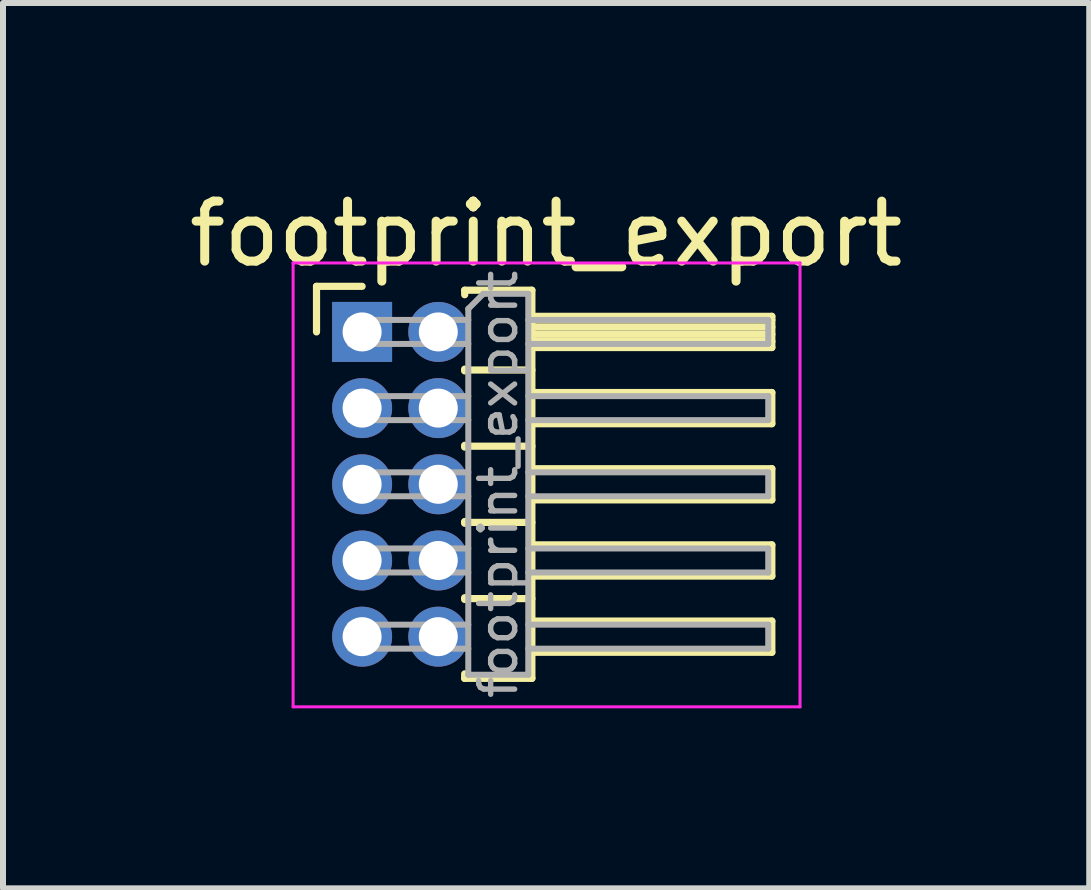
<source format=kicad_pcb>
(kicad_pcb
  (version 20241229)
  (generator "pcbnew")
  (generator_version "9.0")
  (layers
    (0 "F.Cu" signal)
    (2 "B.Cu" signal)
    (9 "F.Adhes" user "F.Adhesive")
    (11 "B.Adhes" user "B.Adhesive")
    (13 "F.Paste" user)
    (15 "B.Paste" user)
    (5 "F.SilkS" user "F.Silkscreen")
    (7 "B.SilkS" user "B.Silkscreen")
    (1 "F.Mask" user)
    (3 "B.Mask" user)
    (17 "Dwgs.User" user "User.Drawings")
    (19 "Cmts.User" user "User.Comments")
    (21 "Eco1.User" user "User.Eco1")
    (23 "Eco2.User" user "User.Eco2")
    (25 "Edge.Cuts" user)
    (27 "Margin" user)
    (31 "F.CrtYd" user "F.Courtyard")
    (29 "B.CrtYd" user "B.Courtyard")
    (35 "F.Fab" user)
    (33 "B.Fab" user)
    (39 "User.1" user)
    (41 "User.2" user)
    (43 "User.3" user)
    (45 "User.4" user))
  (footprint "footprint_export"
    (layer "F.Cu")
    (at 2.986 2.483)
    (property "Reference" "footprint_export" (at 3.067 -1.635 0) (layer "F.SilkS") (effects (font (size 1 1) (thickness 0.15))))
    (attr through_hole)
    (fp_line (start -0.76 -0.76) (end 0 -0.76) (stroke (width 0.12) (type solid)) (layer "F.SilkS"))
    (fp_line (start -0.76 0) (end -0.76 -0.76) (stroke (width 0.12) (type solid)) (layer "F.SilkS"))
    (fp_line (start 1.71 -0.695) (end 2.83 -0.695) (stroke (width 0.12) (type solid)) (layer "F.SilkS"))
    (fp_line (start 1.71 -0.62) (end 1.71 -0.695) (stroke (width 0.12) (type solid)) (layer "F.SilkS"))
    (fp_line (start 1.71 0.62) (end 1.71 0.65) (stroke (width 0.12) (type solid)) (layer "F.SilkS"))
    (fp_line (start 1.71 0.635) (end 2.83 0.635) (stroke (width 0.12) (type solid)) (layer "F.SilkS"))
    (fp_line (start 1.71 1.89) (end 1.71 1.92) (stroke (width 0.12) (type solid)) (layer "F.SilkS"))
    (fp_line (start 1.71 1.905) (end 2.83 1.905) (stroke (width 0.12) (type solid)) (layer "F.SilkS"))
    (fp_line (start 1.71 3.16) (end 1.71 3.19) (stroke (width 0.12) (type solid)) (layer "F.SilkS"))
    (fp_line (start 1.71 3.175) (end 2.83 3.175) (stroke (width 0.12) (type solid)) (layer "F.SilkS"))
    (fp_line (start 1.71 4.43) (end 1.71 4.46) (stroke (width 0.12) (type solid)) (layer "F.SilkS"))
    (fp_line (start 1.71 4.445) (end 2.83 4.445) (stroke (width 0.12) (type solid)) (layer "F.SilkS"))
    (fp_line (start 1.71 5.775) (end 1.71 5.7) (stroke (width 0.12) (type solid)) (layer "F.SilkS"))
    (fp_line (start 2.83 -0.695) (end 2.83 5.775) (stroke (width 0.12) (type solid)) (layer "F.SilkS"))
    (fp_line (start 2.83 -0.26) (end 6.83 -0.26) (stroke (width 0.12) (type solid)) (layer "F.SilkS"))
    (fp_line (start 2.83 -0.2) (end 6.83 -0.2) (stroke (width 0.12) (type solid)) (layer "F.SilkS"))
    (fp_line (start 2.83 -0.08) (end 6.83 -0.08) (stroke (width 0.12) (type solid)) (layer "F.SilkS"))
    (fp_line (start 2.83 0.04) (end 6.83 0.04) (stroke (width 0.12) (type solid)) (layer "F.SilkS"))
    (fp_line (start 2.83 0.16) (end 6.83 0.16) (stroke (width 0.12) (type solid)) (layer "F.SilkS"))
    (fp_line (start 2.83 1.01) (end 6.83 1.01) (stroke (width 0.12) (type solid)) (layer "F.SilkS"))
    (fp_line (start 2.83 2.28) (end 6.83 2.28) (stroke (width 0.12) (type solid)) (layer "F.SilkS"))
    (fp_line (start 2.83 3.55) (end 6.83 3.55) (stroke (width 0.12) (type solid)) (layer "F.SilkS"))
    (fp_line (start 2.83 4.82) (end 6.83 4.82) (stroke (width 0.12) (type solid)) (layer "F.SilkS"))
    (fp_line (start 2.83 5.775) (end 1.71 5.775) (stroke (width 0.12) (type solid)) (layer "F.SilkS"))
    (fp_line (start 6.83 -0.26) (end 6.83 0.26) (stroke (width 0.12) (type solid)) (layer "F.SilkS"))
    (fp_line (start 6.83 0.26) (end 2.83 0.26) (stroke (width 0.12) (type solid)) (layer "F.SilkS"))
    (fp_line (start 6.83 1.01) (end 6.83 1.53) (stroke (width 0.12) (type solid)) (layer "F.SilkS"))
    (fp_line (start 6.83 1.53) (end 2.83 1.53) (stroke (width 0.12) (type solid)) (layer "F.SilkS"))
    (fp_line (start 6.83 2.28) (end 6.83 2.8) (stroke (width 0.12) (type solid)) (layer "F.SilkS"))
    (fp_line (start 6.83 2.8) (end 2.83 2.8) (stroke (width 0.12) (type solid)) (layer "F.SilkS"))
    (fp_line (start 6.83 3.55) (end 6.83 4.07) (stroke (width 0.12) (type solid)) (layer "F.SilkS"))
    (fp_line (start 6.83 4.07) (end 2.83 4.07) (stroke (width 0.12) (type solid)) (layer "F.SilkS"))
    (fp_line (start 6.83 4.82) (end 6.83 5.34) (stroke (width 0.12) (type solid)) (layer "F.SilkS"))
    (fp_line (start 6.83 5.34) (end 2.83 5.34) (stroke (width 0.12) (type solid)) (layer "F.SilkS"))
    (fp_line (start -1.15 -1.15) (end -1.15 6.25) (stroke (width 0.05) (type solid)) (layer "F.CrtYd"))
    (fp_line (start -1.15 6.25) (end 7.3 6.25) (stroke (width 0.05) (type solid)) (layer "F.CrtYd"))
    (fp_line (start 7.3 -1.15) (end -1.15 -1.15) (stroke (width 0.05) (type solid)) (layer "F.CrtYd"))
    (fp_line (start 7.3 6.25) (end 7.3 -1.15) (stroke (width 0.05) (type solid)) (layer "F.CrtYd"))
    (fp_line (start -0.2 -0.2) (end -0.2 0.2) (stroke (width 0.1) (type solid)) (layer "F.Fab"))
    (fp_line (start -0.2 -0.2) (end 1.77 -0.2) (stroke (width 0.1) (type solid)) (layer "F.Fab"))
    (fp_line (start -0.2 0.2) (end 1.77 0.2) (stroke (width 0.1) (type solid)) (layer "F.Fab"))
    (fp_line (start -0.2 1.07) (end -0.2 1.47) (stroke (width 0.1) (type solid)) (layer "F.Fab"))
    (fp_line (start -0.2 1.07) (end 1.77 1.07) (stroke (width 0.1) (type solid)) (layer "F.Fab"))
    (fp_line (start -0.2 1.47) (end 1.77 1.47) (stroke (width 0.1) (type solid)) (layer "F.Fab"))
    (fp_line (start -0.2 2.34) (end -0.2 2.74) (stroke (width 0.1) (type solid)) (layer "F.Fab"))
    (fp_line (start -0.2 2.34) (end 1.77 2.34) (stroke (width 0.1) (type solid)) (layer "F.Fab"))
    (fp_line (start -0.2 2.74) (end 1.77 2.74) (stroke (width 0.1) (type solid)) (layer "F.Fab"))
    (fp_line (start -0.2 3.61) (end -0.2 4.01) (stroke (width 0.1) (type solid)) (layer "F.Fab"))
    (fp_line (start -0.2 3.61) (end 1.77 3.61) (stroke (width 0.1) (type solid)) (layer "F.Fab"))
    (fp_line (start -0.2 4.01) (end 1.77 4.01) (stroke (width 0.1) (type solid)) (layer "F.Fab"))
    (fp_line (start -0.2 4.88) (end -0.2 5.28) (stroke (width 0.1) (type solid)) (layer "F.Fab"))
    (fp_line (start -0.2 4.88) (end 1.77 4.88) (stroke (width 0.1) (type solid)) (layer "F.Fab"))
    (fp_line (start -0.2 5.28) (end 1.77 5.28) (stroke (width 0.1) (type solid)) (layer "F.Fab"))
    (fp_line (start 1.77 -0.385) (end 2.02 -0.635) (stroke (width 0.1) (type solid)) (layer "F.Fab"))
    (fp_line (start 1.77 5.715) (end 1.77 -0.385) (stroke (width 0.1) (type solid)) (layer "F.Fab"))
    (fp_line (start 2.02 -0.635) (end 2.77 -0.635) (stroke (width 0.1) (type solid)) (layer "F.Fab"))
    (fp_line (start 2.77 -0.635) (end 2.77 5.715) (stroke (width 0.1) (type solid)) (layer "F.Fab"))
    (fp_line (start 2.77 -0.2) (end 6.77 -0.2) (stroke (width 0.1) (type solid)) (layer "F.Fab"))
    (fp_line (start 2.77 0.2) (end 6.77 0.2) (stroke (width 0.1) (type solid)) (layer "F.Fab"))
    (fp_line (start 2.77 1.07) (end 6.77 1.07) (stroke (width 0.1) (type solid)) (layer "F.Fab"))
    (fp_line (start 2.77 1.47) (end 6.77 1.47) (stroke (width 0.1) (type solid)) (layer "F.Fab"))
    (fp_line (start 2.77 2.34) (end 6.77 2.34) (stroke (width 0.1) (type solid)) (layer "F.Fab"))
    (fp_line (start 2.77 2.74) (end 6.77 2.74) (stroke (width 0.1) (type solid)) (layer "F.Fab"))
    (fp_line (start 2.77 3.61) (end 6.77 3.61) (stroke (width 0.1) (type solid)) (layer "F.Fab"))
    (fp_line (start 2.77 4.01) (end 6.77 4.01) (stroke (width 0.1) (type solid)) (layer "F.Fab"))
    (fp_line (start 2.77 4.88) (end 6.77 4.88) (stroke (width 0.1) (type solid)) (layer "F.Fab"))
    (fp_line (start 2.77 5.28) (end 6.77 5.28) (stroke (width 0.1) (type solid)) (layer "F.Fab"))
    (fp_line (start 2.77 5.715) (end 1.77 5.715) (stroke (width 0.1) (type solid)) (layer "F.Fab"))
    (fp_line (start 6.77 -0.2) (end 6.77 0.2) (stroke (width 0.1) (type solid)) (layer "F.Fab"))
    (fp_line (start 6.77 1.07) (end 6.77 1.47) (stroke (width 0.1) (type solid)) (layer "F.Fab"))
    (fp_line (start 6.77 2.34) (end 6.77 2.74) (stroke (width 0.1) (type solid)) (layer "F.Fab"))
    (fp_line (start 6.77 3.61) (end 6.77 4.01) (stroke (width 0.1) (type solid)) (layer "F.Fab"))
    (fp_line (start 6.77 4.88) (end 6.77 5.28) (stroke (width 0.1) (type solid)) (layer "F.Fab"))
    (fp_text user "${REFERENCE}" (at 2.27 2.54 90) (layer "F.Fab") (effects (font (size 0.6 0.6) (thickness 0.09))))
    (pad "1" thru_hole rect (at 0 0) (size 1 1) (drill 0.65) (layers "*.Cu" "*.Mask"))
    (pad "2" thru_hole oval (at 1.27 0) (size 1 1) (drill 0.65) (layers "*.Cu" "*.Mask"))
    (pad "3" thru_hole oval (at 0 1.27) (size 1 1) (drill 0.65) (layers "*.Cu" "*.Mask"))
    (pad "4" thru_hole oval (at 1.27 1.27) (size 1 1) (drill 0.65) (layers "*.Cu" "*.Mask"))
    (pad "5" thru_hole oval (at 0 2.54) (size 1 1) (drill 0.65) (layers "*.Cu" "*.Mask"))
    (pad "6" thru_hole oval (at 1.27 2.54) (size 1 1) (drill 0.65) (layers "*.Cu" "*.Mask"))
    (pad "7" thru_hole oval (at 0 3.81) (size 1 1) (drill 0.65) (layers "*.Cu" "*.Mask"))
    (pad "8" thru_hole oval (at 1.27 3.81) (size 1 1) (drill 0.65) (layers "*.Cu" "*.Mask"))
    (pad "9" thru_hole oval (at 0 5.08) (size 1 1) (drill 0.65) (layers "*.Cu" "*.Mask"))
    (pad "10" thru_hole oval (at 1.27 5.08) (size 1 1) (drill 0.65) (layers "*.Cu" "*.Mask")))
  (gr_rect
    (start -3 -3)
    (end 15.107 11.758)
    (stroke (width 0.1) (type default))
    (fill no)
    (layer "Edge.Cuts")))
</source>
